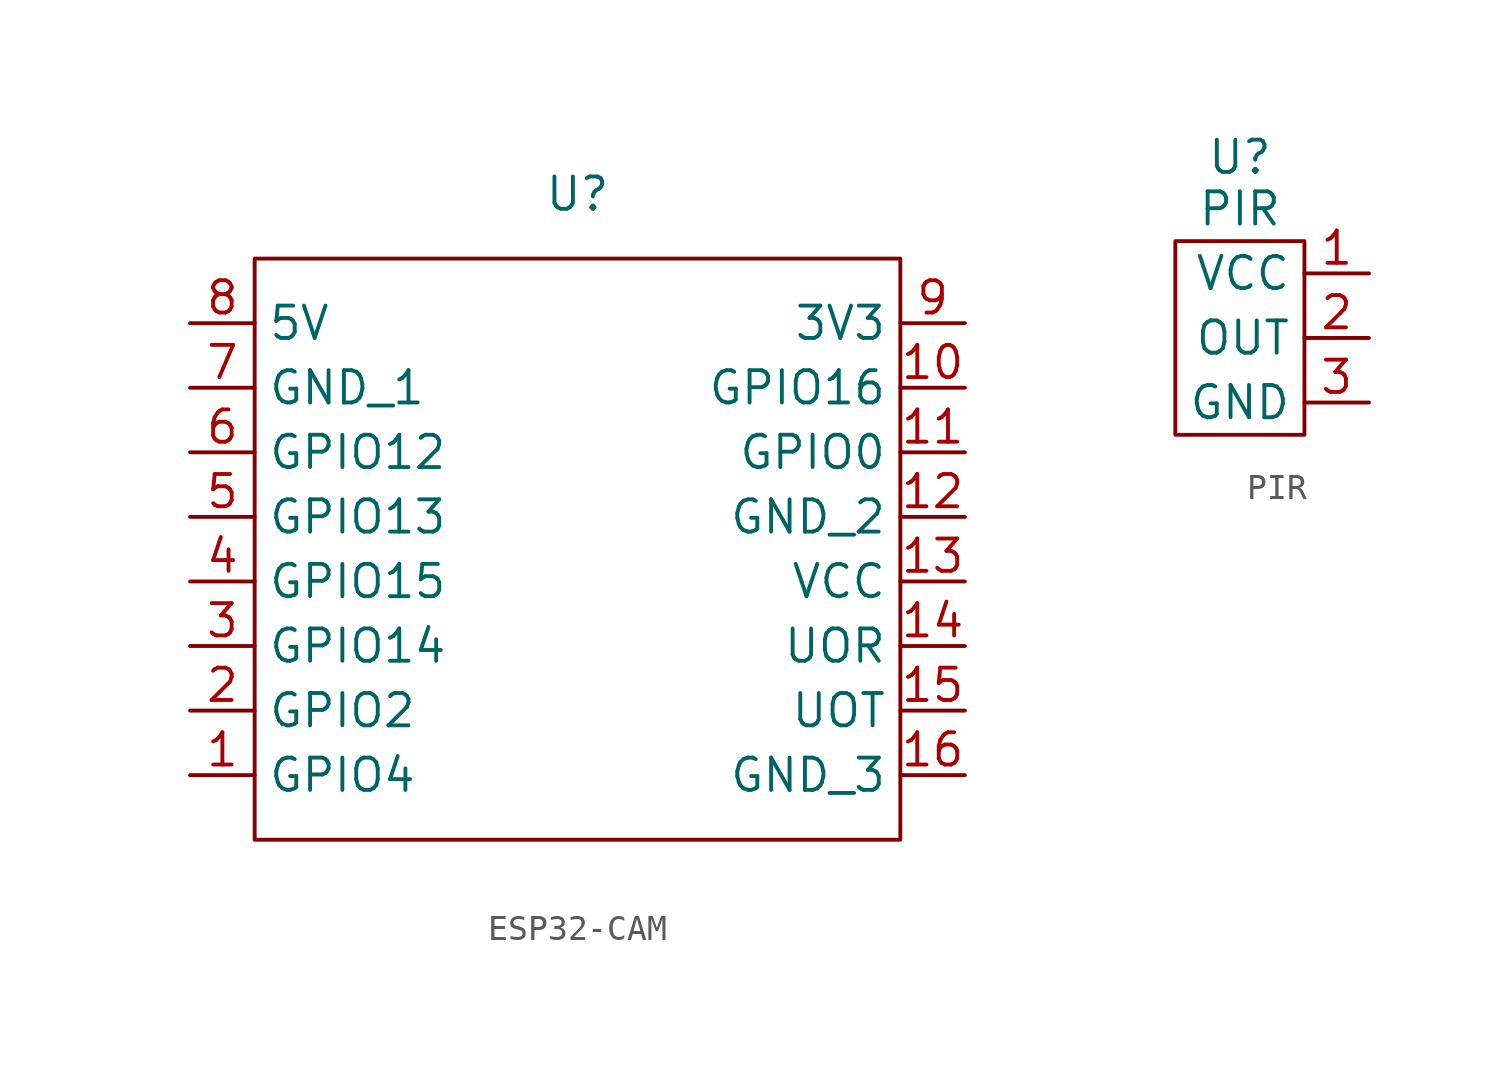
<source format=kicad_sym>
(kicad_symbol_lib
  (version 20231120)
  (generator "kicad_symbol_editor")
  (generator_version "8.0")
  (symbol "ESP32-CAM"
    (property "Reference" "U"
      (at 0 13.97 0)
      (effects (font (size 1.27 1.27))))
    (property "Value" ""
      (at 0 13.97 0)
      (effects (font (size 1.27 1.27))))
    (symbol "ESP32-CAM_1_1"
      (rectangle (start -12.7 11.43) (end 12.7 -11.43) (stroke (width 0) (type default)) (fill (type none)))
      (pin input line (at -15.24 -8.89 0) (length 2.54) (name "GPIO4" (effects (font (size 1.27 1.27)))) (number "1" (effects (font (size 1.27 1.27)))))
      (pin input line (at 15.24 6.35 180) (length 2.54) (name "GPIO16" (effects (font (size 1.27 1.27)))) (number "10" (effects (font (size 1.27 1.27)))))
      (pin input line (at 15.24 3.81 180) (length 2.54) (name "GPIO0" (effects (font (size 1.27 1.27)))) (number "11" (effects (font (size 1.27 1.27)))))
      (pin input line (at 15.24 1.27 180) (length 2.54) (name "GND_2" (effects (font (size 1.27 1.27)))) (number "12" (effects (font (size 1.27 1.27)))))
      (pin output line (at 15.24 -1.27 180) (length 2.54) (name "VCC" (effects (font (size 1.27 1.27)))) (number "13" (effects (font (size 1.27 1.27)))))
      (pin input line (at 15.24 -3.81 180) (length 2.54) (name "UOR" (effects (font (size 1.27 1.27)))) (number "14" (effects (font (size 1.27 1.27)))))
      (pin input line (at 15.24 -6.35 180) (length 2.54) (name "UOT" (effects (font (size 1.27 1.27)))) (number "15" (effects (font (size 1.27 1.27)))))
      (pin input line (at 15.24 -8.89 180) (length 2.54) (name "GND_3" (effects (font (size 1.27 1.27)))) (number "16" (effects (font (size 1.27 1.27)))))
      (pin input line (at -15.24 -6.35 0) (length 2.54) (name "GPIO2" (effects (font (size 1.27 1.27)))) (number "2" (effects (font (size 1.27 1.27)))))
      (pin input line (at -15.24 -3.81 0) (length 2.54) (name "GPIO14" (effects (font (size 1.27 1.27)))) (number "3" (effects (font (size 1.27 1.27)))))
      (pin input line (at -15.24 -1.27 0) (length 2.54) (name "GPIO15" (effects (font (size 1.27 1.27)))) (number "4" (effects (font (size 1.27 1.27)))))
      (pin input line (at -15.24 1.27 0) (length 2.54) (name "GPIO13" (effects (font (size 1.27 1.27)))) (number "5" (effects (font (size 1.27 1.27)))))
      (pin input line (at -15.24 3.81 0) (length 2.54) (name "GPIO12" (effects (font (size 1.27 1.27)))) (number "6" (effects (font (size 1.27 1.27)))))
      (pin input line (at -15.24 6.35 0) (length 2.54) (name "GND_1" (effects (font (size 1.27 1.27)))) (number "7" (effects (font (size 1.27 1.27)))))
      (pin input line (at -15.24 8.89 0) (length 2.54) (name "5V" (effects (font (size 1.27 1.27)))) (number "8" (effects (font (size 1.27 1.27)))))
      (pin input line (at 15.24 8.89 180) (length 2.54) (name "3V3" (effects (font (size 1.27 1.27)))) (number "9" (effects (font (size 1.27 1.27)))))))
  (symbol "PIR"
    (property "Reference" "U"
      (at 0 7.112 0)
      (effects (font (size 1.27 1.27))))
    (property "Value" "PIR"
      (at 0 5.08 0)
      (effects (font (size 1.27 1.27))))
    (symbol "PIR_0_1"
      (rectangle (start -2.54 3.81) (end 2.54 -3.81) (stroke (width 0) (type default)) (fill (type none))))
    (symbol "PIR_1_1"
      (pin input line (at 5.08 2.54 180) (length 2.54) (name "VCC" (effects (font (size 1.27 1.27)))) (number "1" (effects (font (size 1.27 1.27)))))
      (pin output line (at 5.08 0 180) (length 2.54) (name "OUT" (effects (font (size 1.27 1.27)))) (number "2" (effects (font (size 1.27 1.27)))))
      (pin input line (at 5.08 -2.54 180) (length 2.54) (name "GND" (effects (font (size 1.27 1.27)))) (number "3" (effects (font (size 1.27 1.27))))))))
</source>
